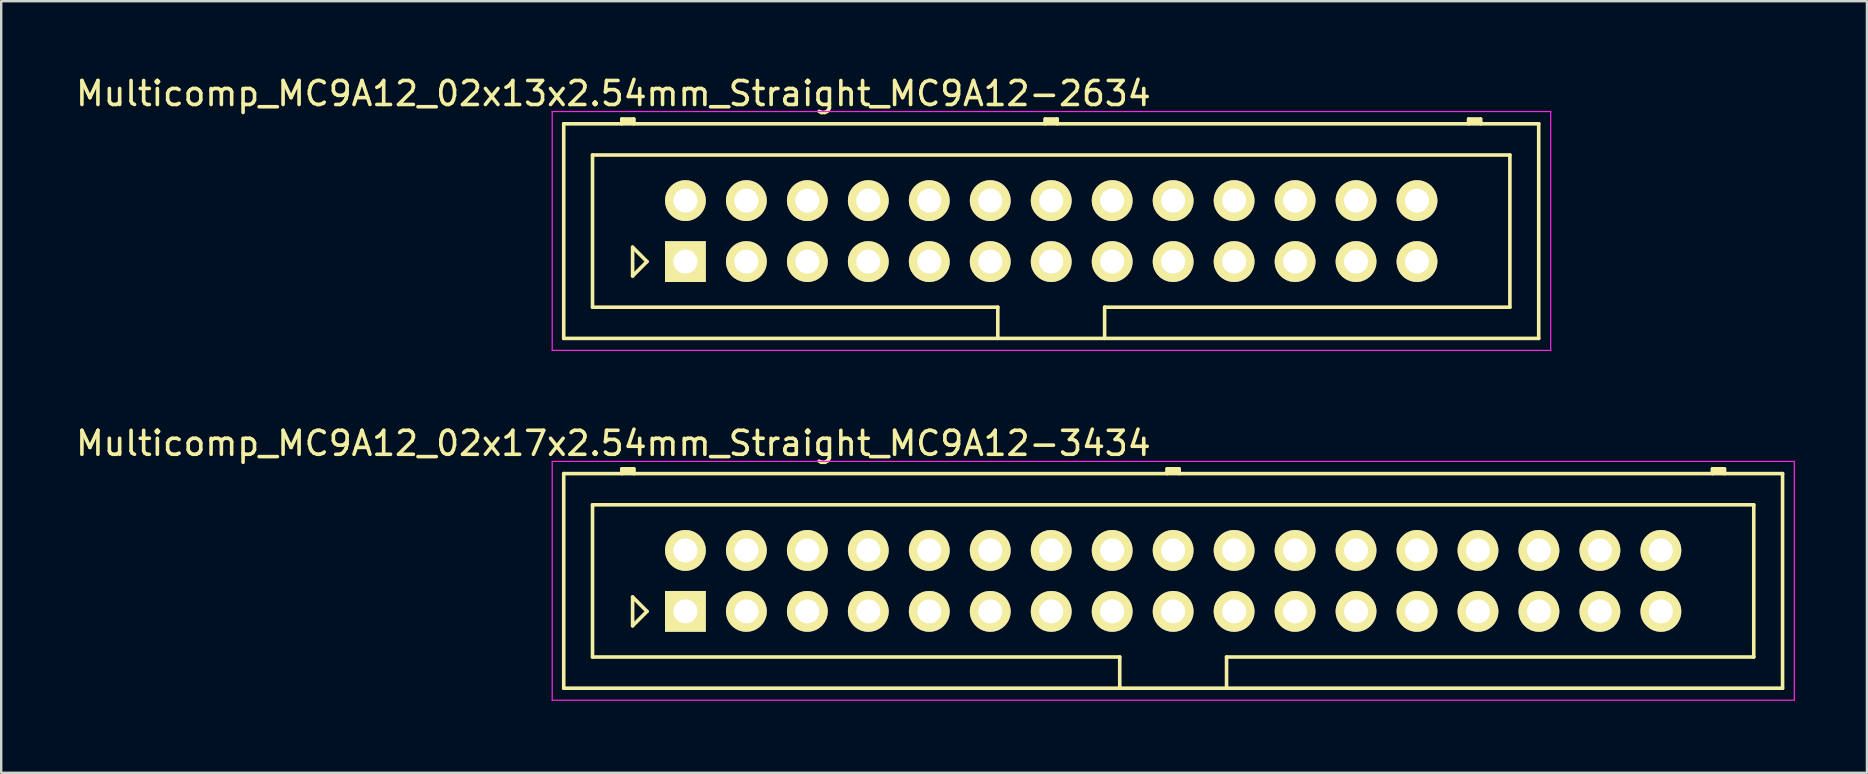
<source format=kicad_pcb>
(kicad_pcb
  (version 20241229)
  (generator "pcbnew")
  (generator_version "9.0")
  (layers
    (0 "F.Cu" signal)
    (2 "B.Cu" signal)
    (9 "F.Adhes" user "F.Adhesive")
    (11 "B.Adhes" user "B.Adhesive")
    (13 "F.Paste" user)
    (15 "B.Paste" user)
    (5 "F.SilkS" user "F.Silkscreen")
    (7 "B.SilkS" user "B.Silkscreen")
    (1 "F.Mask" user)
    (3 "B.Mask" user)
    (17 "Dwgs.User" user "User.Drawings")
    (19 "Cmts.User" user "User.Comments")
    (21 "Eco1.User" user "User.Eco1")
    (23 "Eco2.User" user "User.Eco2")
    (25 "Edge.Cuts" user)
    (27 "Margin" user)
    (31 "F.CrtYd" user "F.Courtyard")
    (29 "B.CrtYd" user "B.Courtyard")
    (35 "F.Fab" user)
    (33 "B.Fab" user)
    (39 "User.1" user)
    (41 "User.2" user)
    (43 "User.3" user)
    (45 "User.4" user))
  (footprint "Multicomp_MC9A12_02x17x2.54mm_Straight_MC9A12-3434"
    (layer "F.Cu")
    (at 25.506 22.422)
    (property "Reference" "Multicomp_MC9A12_02x17x2.54mm_Straight_MC9A12-3434" (at -3 -7 0) (layer "F.SilkS") (effects (font (size 1 1) (thickness 0.15))))
    (attr through_hole)
    (fp_line (start -5.07 -5.74) (end 45.71 -5.74) (stroke (width 0.15) (type solid)) (layer "F.SilkS"))
    (fp_line (start -5.07 3.2) (end -5.07 -5.74) (stroke (width 0.15) (type solid)) (layer "F.SilkS"))
    (fp_line (start -3.87 -4.44) (end 44.51 -4.44) (stroke (width 0.15) (type solid)) (layer "F.SilkS"))
    (fp_line (start -3.87 1.9) (end -3.87 -4.44) (stroke (width 0.15) (type solid)) (layer "F.SilkS"))
    (fp_line (start -2.65 -5.94) (end -2.15 -5.94) (stroke (width 0.15) (type solid)) (layer "F.SilkS"))
    (fp_line (start -2.65 -5.84) (end -2.15 -5.84) (stroke (width 0.15) (type solid)) (layer "F.SilkS"))
    (fp_line (start -2.65 -5.74) (end -2.65 -5.94) (stroke (width 0.15) (type solid)) (layer "F.SilkS"))
    (fp_line (start -2.2 -0.6) (end -1.6 0) (stroke (width 0.15) (type solid)) (layer "F.SilkS"))
    (fp_line (start -2.2 0.6) (end -2.2 -0.6) (stroke (width 0.15) (type solid)) (layer "F.SilkS"))
    (fp_line (start -2.15 -5.94) (end -2.15 -5.74) (stroke (width 0.15) (type solid)) (layer "F.SilkS"))
    (fp_line (start -1.6 0) (end -2.2 0.6) (stroke (width 0.15) (type solid)) (layer "F.SilkS"))
    (fp_line (start 18.095 1.9) (end -3.87 1.9) (stroke (width 0.15) (type solid)) (layer "F.SilkS"))
    (fp_line (start 18.095 3.2) (end 18.095 1.9) (stroke (width 0.15) (type solid)) (layer "F.SilkS"))
    (fp_line (start 20.07 -5.94) (end 20.57 -5.94) (stroke (width 0.15) (type solid)) (layer "F.SilkS"))
    (fp_line (start 20.07 -5.84) (end 20.57 -5.84) (stroke (width 0.15) (type solid)) (layer "F.SilkS"))
    (fp_line (start 20.07 -5.74) (end 20.07 -5.94) (stroke (width 0.15) (type solid)) (layer "F.SilkS"))
    (fp_line (start 20.57 -5.94) (end 20.57 -5.74) (stroke (width 0.15) (type solid)) (layer "F.SilkS"))
    (fp_line (start 22.545 1.9) (end 22.545 3.2) (stroke (width 0.15) (type solid)) (layer "F.SilkS"))
    (fp_line (start 42.79 -5.94) (end 43.29 -5.94) (stroke (width 0.15) (type solid)) (layer "F.SilkS"))
    (fp_line (start 42.79 -5.84) (end 43.29 -5.84) (stroke (width 0.15) (type solid)) (layer "F.SilkS"))
    (fp_line (start 42.79 -5.74) (end 42.79 -5.94) (stroke (width 0.15) (type solid)) (layer "F.SilkS"))
    (fp_line (start 43.29 -5.94) (end 43.29 -5.74) (stroke (width 0.15) (type solid)) (layer "F.SilkS"))
    (fp_line (start 44.51 -4.44) (end 44.51 1.9) (stroke (width 0.15) (type solid)) (layer "F.SilkS"))
    (fp_line (start 44.51 1.9) (end 22.545 1.9) (stroke (width 0.15) (type solid)) (layer "F.SilkS"))
    (fp_line (start 45.71 -5.74) (end 45.71 3.2) (stroke (width 0.15) (type solid)) (layer "F.SilkS"))
    (fp_line (start 45.71 3.2) (end -5.07 3.2) (stroke (width 0.15) (type solid)) (layer "F.SilkS"))
    (fp_line (start -5.55 -6.25) (end 46.2 -6.25) (stroke (width 0.05) (type solid)) (layer "F.CrtYd"))
    (fp_line (start -5.55 3.7) (end -5.55 -6.25) (stroke (width 0.05) (type solid)) (layer "F.CrtYd"))
    (fp_line (start 46.2 -6.25) (end 46.2 3.7) (stroke (width 0.05) (type solid)) (layer "F.CrtYd"))
    (fp_line (start 46.2 3.7) (end -5.55 3.7) (stroke (width 0.05) (type solid)) (layer "F.CrtYd"))
    (pad "1" thru_hole rect (at 0 0) (size 1.7 1.7) (drill 1) (layers "*.Cu" "*.Mask" "F.SilkS"))
    (pad "2" thru_hole circle (at 0 -2.54) (size 1.7 1.7) (drill 1) (layers "*.Cu" "*.Mask" "F.SilkS"))
    (pad "3" thru_hole circle (at 2.54 0) (size 1.7 1.7) (drill 1) (layers "*.Cu" "*.Mask" "F.SilkS"))
    (pad "4" thru_hole circle (at 2.54 -2.54) (size 1.7 1.7) (drill 1) (layers "*.Cu" "*.Mask" "F.SilkS"))
    (pad "5" thru_hole circle (at 5.08 0) (size 1.7 1.7) (drill 1) (layers "*.Cu" "*.Mask" "F.SilkS"))
    (pad "6" thru_hole circle (at 5.08 -2.54) (size 1.7 1.7) (drill 1) (layers "*.Cu" "*.Mask" "F.SilkS"))
    (pad "7" thru_hole circle (at 7.62 0) (size 1.7 1.7) (drill 1) (layers "*.Cu" "*.Mask" "F.SilkS"))
    (pad "8" thru_hole circle (at 7.62 -2.54) (size 1.7 1.7) (drill 1) (layers "*.Cu" "*.Mask" "F.SilkS"))
    (pad "9" thru_hole circle (at 10.16 0) (size 1.7 1.7) (drill 1) (layers "*.Cu" "*.Mask" "F.SilkS"))
    (pad "10" thru_hole circle (at 10.16 -2.54) (size 1.7 1.7) (drill 1) (layers "*.Cu" "*.Mask" "F.SilkS"))
    (pad "11" thru_hole circle (at 12.7 0) (size 1.7 1.7) (drill 1) (layers "*.Cu" "*.Mask" "F.SilkS"))
    (pad "12" thru_hole circle (at 12.7 -2.54) (size 1.7 1.7) (drill 1) (layers "*.Cu" "*.Mask" "F.SilkS"))
    (pad "13" thru_hole circle (at 15.24 0) (size 1.7 1.7) (drill 1) (layers "*.Cu" "*.Mask" "F.SilkS"))
    (pad "14" thru_hole circle (at 15.24 -2.54) (size 1.7 1.7) (drill 1) (layers "*.Cu" "*.Mask" "F.SilkS"))
    (pad "15" thru_hole circle (at 17.78 0) (size 1.7 1.7) (drill 1) (layers "*.Cu" "*.Mask" "F.SilkS"))
    (pad "16" thru_hole circle (at 17.78 -2.54) (size 1.7 1.7) (drill 1) (layers "*.Cu" "*.Mask" "F.SilkS"))
    (pad "17" thru_hole circle (at 20.32 0) (size 1.7 1.7) (drill 1) (layers "*.Cu" "*.Mask" "F.SilkS"))
    (pad "18" thru_hole circle (at 20.32 -2.54) (size 1.7 1.7) (drill 1) (layers "*.Cu" "*.Mask" "F.SilkS"))
    (pad "19" thru_hole circle (at 22.86 0) (size 1.7 1.7) (drill 1) (layers "*.Cu" "*.Mask" "F.SilkS"))
    (pad "20" thru_hole circle (at 22.86 -2.54) (size 1.7 1.7) (drill 1) (layers "*.Cu" "*.Mask" "F.SilkS"))
    (pad "21" thru_hole circle (at 25.4 0) (size 1.7 1.7) (drill 1) (layers "*.Cu" "*.Mask" "F.SilkS"))
    (pad "22" thru_hole circle (at 25.4 -2.54) (size 1.7 1.7) (drill 1) (layers "*.Cu" "*.Mask" "F.SilkS"))
    (pad "23" thru_hole circle (at 27.94 0) (size 1.7 1.7) (drill 1) (layers "*.Cu" "*.Mask" "F.SilkS"))
    (pad "24" thru_hole circle (at 27.94 -2.54) (size 1.7 1.7) (drill 1) (layers "*.Cu" "*.Mask" "F.SilkS"))
    (pad "25" thru_hole circle (at 30.48 0) (size 1.7 1.7) (drill 1) (layers "*.Cu" "*.Mask" "F.SilkS"))
    (pad "26" thru_hole circle (at 30.48 -2.54) (size 1.7 1.7) (drill 1) (layers "*.Cu" "*.Mask" "F.SilkS"))
    (pad "27" thru_hole circle (at 33.02 0) (size 1.7 1.7) (drill 1) (layers "*.Cu" "*.Mask" "F.SilkS"))
    (pad "28" thru_hole circle (at 33.02 -2.54) (size 1.7 1.7) (drill 1) (layers "*.Cu" "*.Mask" "F.SilkS"))
    (pad "29" thru_hole circle (at 35.56 0) (size 1.7 1.7) (drill 1) (layers "*.Cu" "*.Mask" "F.SilkS"))
    (pad "30" thru_hole circle (at 35.56 -2.54) (size 1.7 1.7) (drill 1) (layers "*.Cu" "*.Mask" "F.SilkS"))
    (pad "31" thru_hole circle (at 38.1 0) (size 1.7 1.7) (drill 1) (layers "*.Cu" "*.Mask" "F.SilkS"))
    (pad "32" thru_hole circle (at 38.1 -2.54) (size 1.7 1.7) (drill 1) (layers "*.Cu" "*.Mask" "F.SilkS"))
    (pad "33" thru_hole circle (at 40.64 0) (size 1.7 1.7) (drill 1) (layers "*.Cu" "*.Mask" "F.SilkS"))
    (pad "34" thru_hole circle (at 40.64 -2.54) (size 1.7 1.7) (drill 1) (layers "*.Cu" "*.Mask" "F.SilkS")))
  (footprint "Multicomp_MC9A12_02x13x2.54mm_Straight_MC9A12-2634"
    (layer "F.Cu")
    (at 25.506 7.848)
    (property "Reference" "Multicomp_MC9A12_02x13x2.54mm_Straight_MC9A12-2634" (at -3 -7 0) (layer "F.SilkS") (effects (font (size 1 1) (thickness 0.15))))
    (attr through_hole)
    (fp_line (start -5.07 -5.74) (end 35.55 -5.74) (stroke (width 0.15) (type solid)) (layer "F.SilkS"))
    (fp_line (start -5.07 3.2) (end -5.07 -5.74) (stroke (width 0.15) (type solid)) (layer "F.SilkS"))
    (fp_line (start -3.87 -4.44) (end 34.35 -4.44) (stroke (width 0.15) (type solid)) (layer "F.SilkS"))
    (fp_line (start -3.87 1.9) (end -3.87 -4.44) (stroke (width 0.15) (type solid)) (layer "F.SilkS"))
    (fp_line (start -2.65 -5.94) (end -2.15 -5.94) (stroke (width 0.15) (type solid)) (layer "F.SilkS"))
    (fp_line (start -2.65 -5.84) (end -2.15 -5.84) (stroke (width 0.15) (type solid)) (layer "F.SilkS"))
    (fp_line (start -2.65 -5.74) (end -2.65 -5.94) (stroke (width 0.15) (type solid)) (layer "F.SilkS"))
    (fp_line (start -2.2 -0.6) (end -1.6 0) (stroke (width 0.15) (type solid)) (layer "F.SilkS"))
    (fp_line (start -2.2 0.6) (end -2.2 -0.6) (stroke (width 0.15) (type solid)) (layer "F.SilkS"))
    (fp_line (start -2.15 -5.94) (end -2.15 -5.74) (stroke (width 0.15) (type solid)) (layer "F.SilkS"))
    (fp_line (start -1.6 0) (end -2.2 0.6) (stroke (width 0.15) (type solid)) (layer "F.SilkS"))
    (fp_line (start 13.015 1.9) (end -3.87 1.9) (stroke (width 0.15) (type solid)) (layer "F.SilkS"))
    (fp_line (start 13.015 3.2) (end 13.015 1.9) (stroke (width 0.15) (type solid)) (layer "F.SilkS"))
    (fp_line (start 14.99 -5.94) (end 15.49 -5.94) (stroke (width 0.15) (type solid)) (layer "F.SilkS"))
    (fp_line (start 14.99 -5.84) (end 15.49 -5.84) (stroke (width 0.15) (type solid)) (layer "F.SilkS"))
    (fp_line (start 14.99 -5.74) (end 14.99 -5.94) (stroke (width 0.15) (type solid)) (layer "F.SilkS"))
    (fp_line (start 15.49 -5.94) (end 15.49 -5.74) (stroke (width 0.15) (type solid)) (layer "F.SilkS"))
    (fp_line (start 17.465 1.9) (end 17.465 3.2) (stroke (width 0.15) (type solid)) (layer "F.SilkS"))
    (fp_line (start 32.63 -5.94) (end 33.13 -5.94) (stroke (width 0.15) (type solid)) (layer "F.SilkS"))
    (fp_line (start 32.63 -5.84) (end 33.13 -5.84) (stroke (width 0.15) (type solid)) (layer "F.SilkS"))
    (fp_line (start 32.63 -5.74) (end 32.63 -5.94) (stroke (width 0.15) (type solid)) (layer "F.SilkS"))
    (fp_line (start 33.13 -5.94) (end 33.13 -5.74) (stroke (width 0.15) (type solid)) (layer "F.SilkS"))
    (fp_line (start 34.35 -4.44) (end 34.35 1.9) (stroke (width 0.15) (type solid)) (layer "F.SilkS"))
    (fp_line (start 34.35 1.9) (end 17.465 1.9) (stroke (width 0.15) (type solid)) (layer "F.SilkS"))
    (fp_line (start 35.55 -5.74) (end 35.55 3.2) (stroke (width 0.15) (type solid)) (layer "F.SilkS"))
    (fp_line (start 35.55 3.2) (end -5.07 3.2) (stroke (width 0.15) (type solid)) (layer "F.SilkS"))
    (fp_line (start -5.55 -6.25) (end 36.05 -6.25) (stroke (width 0.05) (type solid)) (layer "F.CrtYd"))
    (fp_line (start -5.55 3.7) (end -5.55 -6.25) (stroke (width 0.05) (type solid)) (layer "F.CrtYd"))
    (fp_line (start 36.05 -6.25) (end 36.05 3.7) (stroke (width 0.05) (type solid)) (layer "F.CrtYd"))
    (fp_line (start 36.05 3.7) (end -5.55 3.7) (stroke (width 0.05) (type solid)) (layer "F.CrtYd"))
    (pad "1" thru_hole rect (at 0 0) (size 1.7 1.7) (drill 1) (layers "*.Cu" "*.Mask" "F.SilkS"))
    (pad "2" thru_hole circle (at 0 -2.54) (size 1.7 1.7) (drill 1) (layers "*.Cu" "*.Mask" "F.SilkS"))
    (pad "3" thru_hole circle (at 2.54 0) (size 1.7 1.7) (drill 1) (layers "*.Cu" "*.Mask" "F.SilkS"))
    (pad "4" thru_hole circle (at 2.54 -2.54) (size 1.7 1.7) (drill 1) (layers "*.Cu" "*.Mask" "F.SilkS"))
    (pad "5" thru_hole circle (at 5.08 0) (size 1.7 1.7) (drill 1) (layers "*.Cu" "*.Mask" "F.SilkS"))
    (pad "6" thru_hole circle (at 5.08 -2.54) (size 1.7 1.7) (drill 1) (layers "*.Cu" "*.Mask" "F.SilkS"))
    (pad "7" thru_hole circle (at 7.62 0) (size 1.7 1.7) (drill 1) (layers "*.Cu" "*.Mask" "F.SilkS"))
    (pad "8" thru_hole circle (at 7.62 -2.54) (size 1.7 1.7) (drill 1) (layers "*.Cu" "*.Mask" "F.SilkS"))
    (pad "9" thru_hole circle (at 10.16 0) (size 1.7 1.7) (drill 1) (layers "*.Cu" "*.Mask" "F.SilkS"))
    (pad "10" thru_hole circle (at 10.16 -2.54) (size 1.7 1.7) (drill 1) (layers "*.Cu" "*.Mask" "F.SilkS"))
    (pad "11" thru_hole circle (at 12.7 0) (size 1.7 1.7) (drill 1) (layers "*.Cu" "*.Mask" "F.SilkS"))
    (pad "12" thru_hole circle (at 12.7 -2.54) (size 1.7 1.7) (drill 1) (layers "*.Cu" "*.Mask" "F.SilkS"))
    (pad "13" thru_hole circle (at 15.24 0) (size 1.7 1.7) (drill 1) (layers "*.Cu" "*.Mask" "F.SilkS"))
    (pad "14" thru_hole circle (at 15.24 -2.54) (size 1.7 1.7) (drill 1) (layers "*.Cu" "*.Mask" "F.SilkS"))
    (pad "15" thru_hole circle (at 17.78 0) (size 1.7 1.7) (drill 1) (layers "*.Cu" "*.Mask" "F.SilkS"))
    (pad "16" thru_hole circle (at 17.78 -2.54) (size 1.7 1.7) (drill 1) (layers "*.Cu" "*.Mask" "F.SilkS"))
    (pad "17" thru_hole circle (at 20.32 0) (size 1.7 1.7) (drill 1) (layers "*.Cu" "*.Mask" "F.SilkS"))
    (pad "18" thru_hole circle (at 20.32 -2.54) (size 1.7 1.7) (drill 1) (layers "*.Cu" "*.Mask" "F.SilkS"))
    (pad "19" thru_hole circle (at 22.86 0) (size 1.7 1.7) (drill 1) (layers "*.Cu" "*.Mask" "F.SilkS"))
    (pad "20" thru_hole circle (at 22.86 -2.54) (size 1.7 1.7) (drill 1) (layers "*.Cu" "*.Mask" "F.SilkS"))
    (pad "21" thru_hole circle (at 25.4 0) (size 1.7 1.7) (drill 1) (layers "*.Cu" "*.Mask" "F.SilkS"))
    (pad "22" thru_hole circle (at 25.4 -2.54) (size 1.7 1.7) (drill 1) (layers "*.Cu" "*.Mask" "F.SilkS"))
    (pad "23" thru_hole circle (at 27.94 0) (size 1.7 1.7) (drill 1) (layers "*.Cu" "*.Mask" "F.SilkS"))
    (pad "24" thru_hole circle (at 27.94 -2.54) (size 1.7 1.7) (drill 1) (layers "*.Cu" "*.Mask" "F.SilkS"))
    (pad "25" thru_hole circle (at 30.48 0) (size 1.7 1.7) (drill 1) (layers "*.Cu" "*.Mask" "F.SilkS"))
    (pad "26" thru_hole circle (at 30.48 -2.54) (size 1.7 1.7) (drill 1) (layers "*.Cu" "*.Mask" "F.SilkS")))
  (gr_rect
    (start -3 -3)
    (end 74.731 29.146)
    (stroke (width 0.1) (type default))
    (fill no)
    (layer "Edge.Cuts")))
</source>
